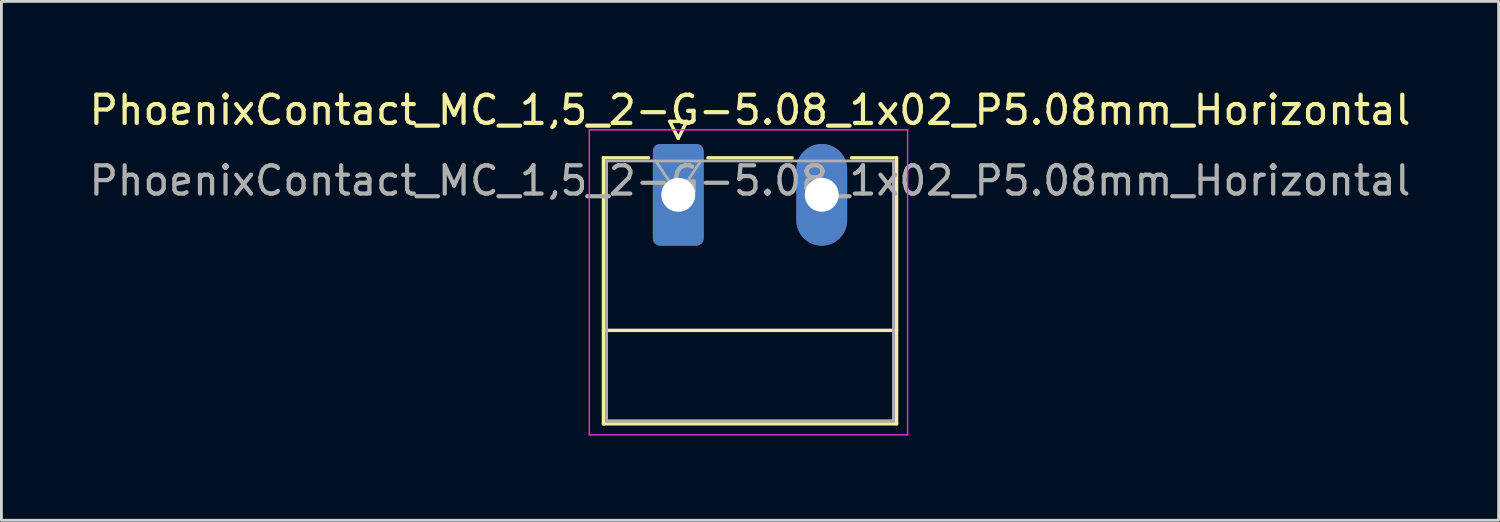
<source format=kicad_pcb>
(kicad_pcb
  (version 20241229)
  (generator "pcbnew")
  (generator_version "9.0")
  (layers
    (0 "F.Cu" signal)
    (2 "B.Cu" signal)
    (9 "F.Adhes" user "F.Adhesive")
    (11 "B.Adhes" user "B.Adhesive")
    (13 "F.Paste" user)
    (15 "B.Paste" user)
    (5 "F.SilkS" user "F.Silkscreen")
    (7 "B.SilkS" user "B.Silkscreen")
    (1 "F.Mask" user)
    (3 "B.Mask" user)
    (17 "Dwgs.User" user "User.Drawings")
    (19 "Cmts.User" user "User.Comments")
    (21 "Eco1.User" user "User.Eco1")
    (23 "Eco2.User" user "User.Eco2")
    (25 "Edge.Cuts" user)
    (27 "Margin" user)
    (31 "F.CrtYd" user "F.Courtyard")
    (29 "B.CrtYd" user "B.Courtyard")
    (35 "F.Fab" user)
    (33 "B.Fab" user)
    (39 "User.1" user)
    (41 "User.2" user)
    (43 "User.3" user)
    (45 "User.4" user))
  (footprint "PhoenixContact_MC_1,5_2-G-5.08_1x02_P5.08mm_Horizontal"
    (layer "F.Cu")
    (at 20.966 3.848)
    (property "Reference" "PhoenixContact_MC_1,5_2-G-5.08_1x02_P5.08mm_Horizontal" (at 2.54 -3 0) (layer "F.SilkS") (effects (font (size 1 1) (thickness 0.15))))
    (attr through_hole)
    (fp_line (start -2.65 -1.31) (end -2.65 8.11) (stroke (width 0.12) (type solid)) (layer "F.SilkS"))
    (fp_line (start -2.65 -1.31) (end -1.05 -1.31) (stroke (width 0.12) (type solid)) (layer "F.SilkS"))
    (fp_line (start -2.65 4.8) (end 7.73 4.8) (stroke (width 0.12) (type solid)) (layer "F.SilkS"))
    (fp_line (start -2.65 8.11) (end 7.73 8.11) (stroke (width 0.12) (type solid)) (layer "F.SilkS"))
    (fp_line (start -0.3 -2.6) (end 0.3 -2.6) (stroke (width 0.12) (type solid)) (layer "F.SilkS"))
    (fp_line (start 0 -2) (end -0.3 -2.6) (stroke (width 0.12) (type solid)) (layer "F.SilkS"))
    (fp_line (start 0.3 -2.6) (end 0 -2) (stroke (width 0.12) (type solid)) (layer "F.SilkS"))
    (fp_line (start 1.05 -1.31) (end 4.03 -1.31) (stroke (width 0.12) (type solid)) (layer "F.SilkS"))
    (fp_line (start 7.73 -1.31) (end 6.13 -1.31) (stroke (width 0.12) (type solid)) (layer "F.SilkS"))
    (fp_line (start 7.73 8.11) (end 7.73 -1.31) (stroke (width 0.12) (type solid)) (layer "F.SilkS"))
    (fp_line (start -3.15 -2.3) (end -3.15 8.5) (stroke (width 0.05) (type solid)) (layer "F.CrtYd"))
    (fp_line (start -3.15 8.5) (end 8.12 8.5) (stroke (width 0.05) (type solid)) (layer "F.CrtYd"))
    (fp_line (start 8.12 -2.3) (end -3.15 -2.3) (stroke (width 0.05) (type solid)) (layer "F.CrtYd"))
    (fp_line (start 8.12 8.5) (end 8.12 -2.3) (stroke (width 0.05) (type solid)) (layer "F.CrtYd"))
    (fp_line (start -2.54 -1.2) (end -2.54 8) (stroke (width 0.1) (type solid)) (layer "F.Fab"))
    (fp_line (start -2.54 8) (end 7.62 8) (stroke (width 0.1) (type solid)) (layer "F.Fab"))
    (fp_line (start 0 0) (end -0.8 -1.2) (stroke (width 0.1) (type solid)) (layer "F.Fab"))
    (fp_line (start 0.8 -1.2) (end 0 0) (stroke (width 0.1) (type solid)) (layer "F.Fab"))
    (fp_line (start 7.62 -1.2) (end -2.54 -1.2) (stroke (width 0.1) (type solid)) (layer "F.Fab"))
    (fp_line (start 7.62 8) (end 7.62 -1.2) (stroke (width 0.1) (type solid)) (layer "F.Fab"))
    (fp_text user "${REFERENCE}" (at 2.54 -0.5 0) (layer "F.Fab") (effects (font (size 1 1) (thickness 0.15))))
    (pad "1" thru_hole roundrect (at 0 0) (size 1.8 3.6) (drill 1.2) (layers "*.Cu" "*.Mask") (roundrect_rratio 0.139))
    (pad "2" thru_hole oval (at 5.08 0) (size 1.8 3.6) (drill 1.2) (layers "*.Cu" "*.Mask")))
  (gr_rect
    (start -3 -3)
    (end 50.012 15.373)
    (stroke (width 0.1) (type default))
    (fill no)
    (layer "Edge.Cuts")))
</source>
